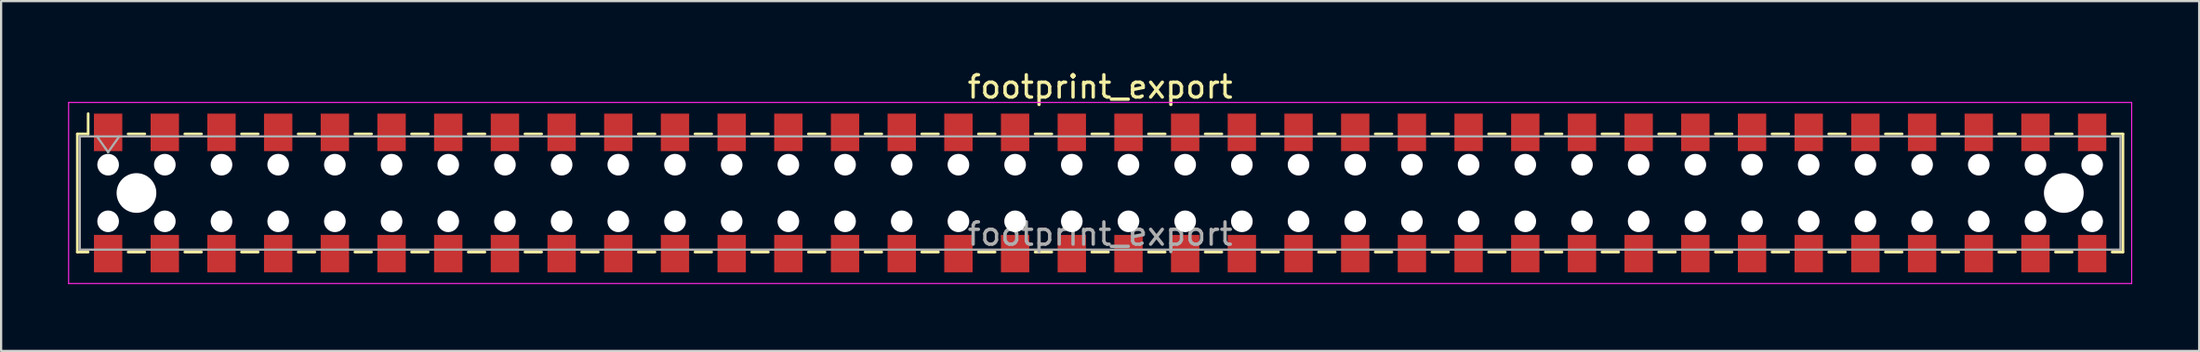
<source format=kicad_pcb>
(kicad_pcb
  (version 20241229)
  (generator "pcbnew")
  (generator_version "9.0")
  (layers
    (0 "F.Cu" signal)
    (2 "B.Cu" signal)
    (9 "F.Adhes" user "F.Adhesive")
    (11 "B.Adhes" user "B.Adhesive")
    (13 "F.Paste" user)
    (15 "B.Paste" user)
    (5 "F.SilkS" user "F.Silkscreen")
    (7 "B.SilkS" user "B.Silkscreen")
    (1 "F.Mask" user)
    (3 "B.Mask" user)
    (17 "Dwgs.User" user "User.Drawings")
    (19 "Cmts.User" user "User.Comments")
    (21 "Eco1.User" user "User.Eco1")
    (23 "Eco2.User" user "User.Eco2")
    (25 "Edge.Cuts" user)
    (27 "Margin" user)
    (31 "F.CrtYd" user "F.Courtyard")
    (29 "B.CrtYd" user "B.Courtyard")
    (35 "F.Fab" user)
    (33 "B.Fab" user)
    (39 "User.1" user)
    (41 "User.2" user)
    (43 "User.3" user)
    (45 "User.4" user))
  (footprint "footprint_export"
    (layer "F.Cu")
    (at 46.245 5.608)
    (property "Reference" "footprint_export" (at 0 -4.76 0) (layer "F.SilkS") (effects (font (size 1 1) (thickness 0.15))))
    (attr smd)
    (fp_line (start -45.83 -2.65) (end -45.83 2.65) (stroke (width 0.12) (type solid)) (layer "F.SilkS"))
    (fp_line (start -45.83 2.65) (end -45.345 2.65) (stroke (width 0.12) (type solid)) (layer "F.SilkS"))
    (fp_line (start -45.345 -3.56) (end -45.345 -2.65) (stroke (width 0.12) (type solid)) (layer "F.SilkS"))
    (fp_line (start -45.345 -2.65) (end -45.83 -2.65) (stroke (width 0.12) (type solid)) (layer "F.SilkS"))
    (fp_line (start -43.555 -2.65) (end -42.805 -2.65) (stroke (width 0.12) (type solid)) (layer "F.SilkS"))
    (fp_line (start -43.555 2.65) (end -42.805 2.65) (stroke (width 0.12) (type solid)) (layer "F.SilkS"))
    (fp_line (start -41.015 -2.65) (end -40.265 -2.65) (stroke (width 0.12) (type solid)) (layer "F.SilkS"))
    (fp_line (start -41.015 2.65) (end -40.265 2.65) (stroke (width 0.12) (type solid)) (layer "F.SilkS"))
    (fp_line (start -38.475 -2.65) (end -37.725 -2.65) (stroke (width 0.12) (type solid)) (layer "F.SilkS"))
    (fp_line (start -38.475 2.65) (end -37.725 2.65) (stroke (width 0.12) (type solid)) (layer "F.SilkS"))
    (fp_line (start -35.935 -2.65) (end -35.185 -2.65) (stroke (width 0.12) (type solid)) (layer "F.SilkS"))
    (fp_line (start -35.935 2.65) (end -35.185 2.65) (stroke (width 0.12) (type solid)) (layer "F.SilkS"))
    (fp_line (start -33.395 -2.65) (end -32.645 -2.65) (stroke (width 0.12) (type solid)) (layer "F.SilkS"))
    (fp_line (start -33.395 2.65) (end -32.645 2.65) (stroke (width 0.12) (type solid)) (layer "F.SilkS"))
    (fp_line (start -30.855 -2.65) (end -30.105 -2.65) (stroke (width 0.12) (type solid)) (layer "F.SilkS"))
    (fp_line (start -30.855 2.65) (end -30.105 2.65) (stroke (width 0.12) (type solid)) (layer "F.SilkS"))
    (fp_line (start -28.315 -2.65) (end -27.565 -2.65) (stroke (width 0.12) (type solid)) (layer "F.SilkS"))
    (fp_line (start -28.315 2.65) (end -27.565 2.65) (stroke (width 0.12) (type solid)) (layer "F.SilkS"))
    (fp_line (start -25.775 -2.65) (end -25.025 -2.65) (stroke (width 0.12) (type solid)) (layer "F.SilkS"))
    (fp_line (start -25.775 2.65) (end -25.025 2.65) (stroke (width 0.12) (type solid)) (layer "F.SilkS"))
    (fp_line (start -23.235 -2.65) (end -22.485 -2.65) (stroke (width 0.12) (type solid)) (layer "F.SilkS"))
    (fp_line (start -23.235 2.65) (end -22.485 2.65) (stroke (width 0.12) (type solid)) (layer "F.SilkS"))
    (fp_line (start -20.695 -2.65) (end -19.945 -2.65) (stroke (width 0.12) (type solid)) (layer "F.SilkS"))
    (fp_line (start -20.695 2.65) (end -19.945 2.65) (stroke (width 0.12) (type solid)) (layer "F.SilkS"))
    (fp_line (start -18.155 -2.65) (end -17.405 -2.65) (stroke (width 0.12) (type solid)) (layer "F.SilkS"))
    (fp_line (start -18.155 2.65) (end -17.405 2.65) (stroke (width 0.12) (type solid)) (layer "F.SilkS"))
    (fp_line (start -15.615 -2.65) (end -14.865 -2.65) (stroke (width 0.12) (type solid)) (layer "F.SilkS"))
    (fp_line (start -15.615 2.65) (end -14.865 2.65) (stroke (width 0.12) (type solid)) (layer "F.SilkS"))
    (fp_line (start -13.075 -2.65) (end -12.325 -2.65) (stroke (width 0.12) (type solid)) (layer "F.SilkS"))
    (fp_line (start -13.075 2.65) (end -12.325 2.65) (stroke (width 0.12) (type solid)) (layer "F.SilkS"))
    (fp_line (start -10.535 -2.65) (end -9.785 -2.65) (stroke (width 0.12) (type solid)) (layer "F.SilkS"))
    (fp_line (start -10.535 2.65) (end -9.785 2.65) (stroke (width 0.12) (type solid)) (layer "F.SilkS"))
    (fp_line (start -7.995 -2.65) (end -7.245 -2.65) (stroke (width 0.12) (type solid)) (layer "F.SilkS"))
    (fp_line (start -7.995 2.65) (end -7.245 2.65) (stroke (width 0.12) (type solid)) (layer "F.SilkS"))
    (fp_line (start -5.455 -2.65) (end -4.705 -2.65) (stroke (width 0.12) (type solid)) (layer "F.SilkS"))
    (fp_line (start -5.455 2.65) (end -4.705 2.65) (stroke (width 0.12) (type solid)) (layer "F.SilkS"))
    (fp_line (start -2.915 -2.65) (end -2.165 -2.65) (stroke (width 0.12) (type solid)) (layer "F.SilkS"))
    (fp_line (start -2.915 2.65) (end -2.165 2.65) (stroke (width 0.12) (type solid)) (layer "F.SilkS"))
    (fp_line (start -0.375 -2.65) (end 0.375 -2.65) (stroke (width 0.12) (type solid)) (layer "F.SilkS"))
    (fp_line (start -0.375 2.65) (end 0.375 2.65) (stroke (width 0.12) (type solid)) (layer "F.SilkS"))
    (fp_line (start 2.165 -2.65) (end 2.915 -2.65) (stroke (width 0.12) (type solid)) (layer "F.SilkS"))
    (fp_line (start 2.165 2.65) (end 2.915 2.65) (stroke (width 0.12) (type solid)) (layer "F.SilkS"))
    (fp_line (start 4.705 -2.65) (end 5.455 -2.65) (stroke (width 0.12) (type solid)) (layer "F.SilkS"))
    (fp_line (start 4.705 2.65) (end 5.455 2.65) (stroke (width 0.12) (type solid)) (layer "F.SilkS"))
    (fp_line (start 7.245 -2.65) (end 7.995 -2.65) (stroke (width 0.12) (type solid)) (layer "F.SilkS"))
    (fp_line (start 7.245 2.65) (end 7.995 2.65) (stroke (width 0.12) (type solid)) (layer "F.SilkS"))
    (fp_line (start 9.785 -2.65) (end 10.535 -2.65) (stroke (width 0.12) (type solid)) (layer "F.SilkS"))
    (fp_line (start 9.785 2.65) (end 10.535 2.65) (stroke (width 0.12) (type solid)) (layer "F.SilkS"))
    (fp_line (start 12.325 -2.65) (end 13.075 -2.65) (stroke (width 0.12) (type solid)) (layer "F.SilkS"))
    (fp_line (start 12.325 2.65) (end 13.075 2.65) (stroke (width 0.12) (type solid)) (layer "F.SilkS"))
    (fp_line (start 14.865 -2.65) (end 15.615 -2.65) (stroke (width 0.12) (type solid)) (layer "F.SilkS"))
    (fp_line (start 14.865 2.65) (end 15.615 2.65) (stroke (width 0.12) (type solid)) (layer "F.SilkS"))
    (fp_line (start 17.405 -2.65) (end 18.155 -2.65) (stroke (width 0.12) (type solid)) (layer "F.SilkS"))
    (fp_line (start 17.405 2.65) (end 18.155 2.65) (stroke (width 0.12) (type solid)) (layer "F.SilkS"))
    (fp_line (start 19.945 -2.65) (end 20.695 -2.65) (stroke (width 0.12) (type solid)) (layer "F.SilkS"))
    (fp_line (start 19.945 2.65) (end 20.695 2.65) (stroke (width 0.12) (type solid)) (layer "F.SilkS"))
    (fp_line (start 22.485 -2.65) (end 23.235 -2.65) (stroke (width 0.12) (type solid)) (layer "F.SilkS"))
    (fp_line (start 22.485 2.65) (end 23.235 2.65) (stroke (width 0.12) (type solid)) (layer "F.SilkS"))
    (fp_line (start 25.025 -2.65) (end 25.775 -2.65) (stroke (width 0.12) (type solid)) (layer "F.SilkS"))
    (fp_line (start 25.025 2.65) (end 25.775 2.65) (stroke (width 0.12) (type solid)) (layer "F.SilkS"))
    (fp_line (start 27.565 -2.65) (end 28.315 -2.65) (stroke (width 0.12) (type solid)) (layer "F.SilkS"))
    (fp_line (start 27.565 2.65) (end 28.315 2.65) (stroke (width 0.12) (type solid)) (layer "F.SilkS"))
    (fp_line (start 30.105 -2.65) (end 30.855 -2.65) (stroke (width 0.12) (type solid)) (layer "F.SilkS"))
    (fp_line (start 30.105 2.65) (end 30.855 2.65) (stroke (width 0.12) (type solid)) (layer "F.SilkS"))
    (fp_line (start 32.645 -2.65) (end 33.395 -2.65) (stroke (width 0.12) (type solid)) (layer "F.SilkS"))
    (fp_line (start 32.645 2.65) (end 33.395 2.65) (stroke (width 0.12) (type solid)) (layer "F.SilkS"))
    (fp_line (start 35.185 -2.65) (end 35.935 -2.65) (stroke (width 0.12) (type solid)) (layer "F.SilkS"))
    (fp_line (start 35.185 2.65) (end 35.935 2.65) (stroke (width 0.12) (type solid)) (layer "F.SilkS"))
    (fp_line (start 37.725 -2.65) (end 38.475 -2.65) (stroke (width 0.12) (type solid)) (layer "F.SilkS"))
    (fp_line (start 37.725 2.65) (end 38.475 2.65) (stroke (width 0.12) (type solid)) (layer "F.SilkS"))
    (fp_line (start 40.265 -2.65) (end 41.015 -2.65) (stroke (width 0.12) (type solid)) (layer "F.SilkS"))
    (fp_line (start 40.265 2.65) (end 41.015 2.65) (stroke (width 0.12) (type solid)) (layer "F.SilkS"))
    (fp_line (start 42.805 -2.65) (end 43.555 -2.65) (stroke (width 0.12) (type solid)) (layer "F.SilkS"))
    (fp_line (start 42.805 2.65) (end 43.555 2.65) (stroke (width 0.12) (type solid)) (layer "F.SilkS"))
    (fp_line (start 45.345 -2.65) (end 45.83 -2.65) (stroke (width 0.12) (type solid)) (layer "F.SilkS"))
    (fp_line (start 45.83 -2.65) (end 45.83 2.65) (stroke (width 0.12) (type solid)) (layer "F.SilkS"))
    (fp_line (start 45.83 2.65) (end 45.345 2.65) (stroke (width 0.12) (type solid)) (layer "F.SilkS"))
    (fp_line (start -46.22 -4.06) (end 46.22 -4.06) (stroke (width 0.05) (type solid)) (layer "F.CrtYd"))
    (fp_line (start -46.22 4.06) (end -46.22 -4.06) (stroke (width 0.05) (type solid)) (layer "F.CrtYd"))
    (fp_line (start 46.22 -4.06) (end 46.22 4.06) (stroke (width 0.05) (type solid)) (layer "F.CrtYd"))
    (fp_line (start 46.22 4.06) (end -46.22 4.06) (stroke (width 0.05) (type solid)) (layer "F.CrtYd"))
    (fp_line (start -45.72 -2.54) (end 45.72 -2.54) (stroke (width 0.1) (type solid)) (layer "F.Fab"))
    (fp_line (start -45.72 2.54) (end -45.72 -2.54) (stroke (width 0.1) (type solid)) (layer "F.Fab"))
    (fp_line (start -44.95 -2.54) (end -44.45 -1.833) (stroke (width 0.1) (type solid)) (layer "F.Fab"))
    (fp_line (start -44.45 -1.833) (end -43.95 -2.54) (stroke (width 0.1) (type solid)) (layer "F.Fab"))
    (fp_line (start 45.72 -2.54) (end 45.72 2.54) (stroke (width 0.1) (type solid)) (layer "F.Fab"))
    (fp_line (start 45.72 2.54) (end -45.72 2.54) (stroke (width 0.1) (type solid)) (layer "F.Fab"))
    (fp_text user "${REFERENCE}" (at 0 1.84 0) (layer "F.Fab") (effects (font (size 1 1) (thickness 0.15))))
    (pad "" np_thru_hole circle (at -44.45 -1.27) (size 0.97 0.97) (drill 0.97) (layers "*.Cu" "*.Mask"))
    (pad "" np_thru_hole circle (at -44.45 1.27) (size 0.97 0.97) (drill 0.97) (layers "*.Cu" "*.Mask"))
    (pad "" np_thru_hole circle (at -43.18 0) (size 1.78 1.78) (drill 1.78) (layers "*.Cu" "*.Mask"))
    (pad "" np_thru_hole circle (at -41.91 -1.27) (size 0.97 0.97) (drill 0.97) (layers "*.Cu" "*.Mask"))
    (pad "" np_thru_hole circle (at -41.91 1.27) (size 0.97 0.97) (drill 0.97) (layers "*.Cu" "*.Mask"))
    (pad "" np_thru_hole circle (at -39.37 -1.27) (size 0.97 0.97) (drill 0.97) (layers "*.Cu" "*.Mask"))
    (pad "" np_thru_hole circle (at -39.37 1.27) (size 0.97 0.97) (drill 0.97) (layers "*.Cu" "*.Mask"))
    (pad "" np_thru_hole circle (at -36.83 -1.27) (size 0.97 0.97) (drill 0.97) (layers "*.Cu" "*.Mask"))
    (pad "" np_thru_hole circle (at -36.83 1.27) (size 0.97 0.97) (drill 0.97) (layers "*.Cu" "*.Mask"))
    (pad "" np_thru_hole circle (at -34.29 -1.27) (size 0.97 0.97) (drill 0.97) (layers "*.Cu" "*.Mask"))
    (pad "" np_thru_hole circle (at -34.29 1.27) (size 0.97 0.97) (drill 0.97) (layers "*.Cu" "*.Mask"))
    (pad "" np_thru_hole circle (at -31.75 -1.27) (size 0.97 0.97) (drill 0.97) (layers "*.Cu" "*.Mask"))
    (pad "" np_thru_hole circle (at -31.75 1.27) (size 0.97 0.97) (drill 0.97) (layers "*.Cu" "*.Mask"))
    (pad "" np_thru_hole circle (at -29.21 -1.27) (size 0.97 0.97) (drill 0.97) (layers "*.Cu" "*.Mask"))
    (pad "" np_thru_hole circle (at -29.21 1.27) (size 0.97 0.97) (drill 0.97) (layers "*.Cu" "*.Mask"))
    (pad "" np_thru_hole circle (at -26.67 -1.27) (size 0.97 0.97) (drill 0.97) (layers "*.Cu" "*.Mask"))
    (pad "" np_thru_hole circle (at -26.67 1.27) (size 0.97 0.97) (drill 0.97) (layers "*.Cu" "*.Mask"))
    (pad "" np_thru_hole circle (at -24.13 -1.27) (size 0.97 0.97) (drill 0.97) (layers "*.Cu" "*.Mask"))
    (pad "" np_thru_hole circle (at -24.13 1.27) (size 0.97 0.97) (drill 0.97) (layers "*.Cu" "*.Mask"))
    (pad "" np_thru_hole circle (at -21.59 -1.27) (size 0.97 0.97) (drill 0.97) (layers "*.Cu" "*.Mask"))
    (pad "" np_thru_hole circle (at -21.59 1.27) (size 0.97 0.97) (drill 0.97) (layers "*.Cu" "*.Mask"))
    (pad "" np_thru_hole circle (at -19.05 -1.27) (size 0.97 0.97) (drill 0.97) (layers "*.Cu" "*.Mask"))
    (pad "" np_thru_hole circle (at -19.05 1.27) (size 0.97 0.97) (drill 0.97) (layers "*.Cu" "*.Mask"))
    (pad "" np_thru_hole circle (at -16.51 -1.27) (size 0.97 0.97) (drill 0.97) (layers "*.Cu" "*.Mask"))
    (pad "" np_thru_hole circle (at -16.51 1.27) (size 0.97 0.97) (drill 0.97) (layers "*.Cu" "*.Mask"))
    (pad "" np_thru_hole circle (at -13.97 -1.27) (size 0.97 0.97) (drill 0.97) (layers "*.Cu" "*.Mask"))
    (pad "" np_thru_hole circle (at -13.97 1.27) (size 0.97 0.97) (drill 0.97) (layers "*.Cu" "*.Mask"))
    (pad "" np_thru_hole circle (at -11.43 -1.27) (size 0.97 0.97) (drill 0.97) (layers "*.Cu" "*.Mask"))
    (pad "" np_thru_hole circle (at -11.43 1.27) (size 0.97 0.97) (drill 0.97) (layers "*.Cu" "*.Mask"))
    (pad "" np_thru_hole circle (at -8.89 -1.27) (size 0.97 0.97) (drill 0.97) (layers "*.Cu" "*.Mask"))
    (pad "" np_thru_hole circle (at -8.89 1.27) (size 0.97 0.97) (drill 0.97) (layers "*.Cu" "*.Mask"))
    (pad "" np_thru_hole circle (at -6.35 -1.27) (size 0.97 0.97) (drill 0.97) (layers "*.Cu" "*.Mask"))
    (pad "" np_thru_hole circle (at -6.35 1.27) (size 0.97 0.97) (drill 0.97) (layers "*.Cu" "*.Mask"))
    (pad "" np_thru_hole circle (at -3.81 -1.27) (size 0.97 0.97) (drill 0.97) (layers "*.Cu" "*.Mask"))
    (pad "" np_thru_hole circle (at -3.81 1.27) (size 0.97 0.97) (drill 0.97) (layers "*.Cu" "*.Mask"))
    (pad "" np_thru_hole circle (at -1.27 -1.27) (size 0.97 0.97) (drill 0.97) (layers "*.Cu" "*.Mask"))
    (pad "" np_thru_hole circle (at -1.27 1.27) (size 0.97 0.97) (drill 0.97) (layers "*.Cu" "*.Mask"))
    (pad "" np_thru_hole circle (at 1.27 -1.27) (size 0.97 0.97) (drill 0.97) (layers "*.Cu" "*.Mask"))
    (pad "" np_thru_hole circle (at 1.27 1.27) (size 0.97 0.97) (drill 0.97) (layers "*.Cu" "*.Mask"))
    (pad "" np_thru_hole circle (at 3.81 -1.27) (size 0.97 0.97) (drill 0.97) (layers "*.Cu" "*.Mask"))
    (pad "" np_thru_hole circle (at 3.81 1.27) (size 0.97 0.97) (drill 0.97) (layers "*.Cu" "*.Mask"))
    (pad "" np_thru_hole circle (at 6.35 -1.27) (size 0.97 0.97) (drill 0.97) (layers "*.Cu" "*.Mask"))
    (pad "" np_thru_hole circle (at 6.35 1.27) (size 0.97 0.97) (drill 0.97) (layers "*.Cu" "*.Mask"))
    (pad "" np_thru_hole circle (at 8.89 -1.27) (size 0.97 0.97) (drill 0.97) (layers "*.Cu" "*.Mask"))
    (pad "" np_thru_hole circle (at 8.89 1.27) (size 0.97 0.97) (drill 0.97) (layers "*.Cu" "*.Mask"))
    (pad "" np_thru_hole circle (at 11.43 -1.27) (size 0.97 0.97) (drill 0.97) (layers "*.Cu" "*.Mask"))
    (pad "" np_thru_hole circle (at 11.43 1.27) (size 0.97 0.97) (drill 0.97) (layers "*.Cu" "*.Mask"))
    (pad "" np_thru_hole circle (at 13.97 -1.27) (size 0.97 0.97) (drill 0.97) (layers "*.Cu" "*.Mask"))
    (pad "" np_thru_hole circle (at 13.97 1.27) (size 0.97 0.97) (drill 0.97) (layers "*.Cu" "*.Mask"))
    (pad "" np_thru_hole circle (at 16.51 -1.27) (size 0.97 0.97) (drill 0.97) (layers "*.Cu" "*.Mask"))
    (pad "" np_thru_hole circle (at 16.51 1.27) (size 0.97 0.97) (drill 0.97) (layers "*.Cu" "*.Mask"))
    (pad "" np_thru_hole circle (at 19.05 -1.27) (size 0.97 0.97) (drill 0.97) (layers "*.Cu" "*.Mask"))
    (pad "" np_thru_hole circle (at 19.05 1.27) (size 0.97 0.97) (drill 0.97) (layers "*.Cu" "*.Mask"))
    (pad "" np_thru_hole circle (at 21.59 -1.27) (size 0.97 0.97) (drill 0.97) (layers "*.Cu" "*.Mask"))
    (pad "" np_thru_hole circle (at 21.59 1.27) (size 0.97 0.97) (drill 0.97) (layers "*.Cu" "*.Mask"))
    (pad "" np_thru_hole circle (at 24.13 -1.27) (size 0.97 0.97) (drill 0.97) (layers "*.Cu" "*.Mask"))
    (pad "" np_thru_hole circle (at 24.13 1.27) (size 0.97 0.97) (drill 0.97) (layers "*.Cu" "*.Mask"))
    (pad "" np_thru_hole circle (at 26.67 -1.27) (size 0.97 0.97) (drill 0.97) (layers "*.Cu" "*.Mask"))
    (pad "" np_thru_hole circle (at 26.67 1.27) (size 0.97 0.97) (drill 0.97) (layers "*.Cu" "*.Mask"))
    (pad "" np_thru_hole circle (at 29.21 -1.27) (size 0.97 0.97) (drill 0.97) (layers "*.Cu" "*.Mask"))
    (pad "" np_thru_hole circle (at 29.21 1.27) (size 0.97 0.97) (drill 0.97) (layers "*.Cu" "*.Mask"))
    (pad "" np_thru_hole circle (at 31.75 -1.27) (size 0.97 0.97) (drill 0.97) (layers "*.Cu" "*.Mask"))
    (pad "" np_thru_hole circle (at 31.75 1.27) (size 0.97 0.97) (drill 0.97) (layers "*.Cu" "*.Mask"))
    (pad "" np_thru_hole circle (at 34.29 -1.27) (size 0.97 0.97) (drill 0.97) (layers "*.Cu" "*.Mask"))
    (pad "" np_thru_hole circle (at 34.29 1.27) (size 0.97 0.97) (drill 0.97) (layers "*.Cu" "*.Mask"))
    (pad "" np_thru_hole circle (at 36.83 -1.27) (size 0.97 0.97) (drill 0.97) (layers "*.Cu" "*.Mask"))
    (pad "" np_thru_hole circle (at 36.83 1.27) (size 0.97 0.97) (drill 0.97) (layers "*.Cu" "*.Mask"))
    (pad "" np_thru_hole circle (at 39.37 -1.27) (size 0.97 0.97) (drill 0.97) (layers "*.Cu" "*.Mask"))
    (pad "" np_thru_hole circle (at 39.37 1.27) (size 0.97 0.97) (drill 0.97) (layers "*.Cu" "*.Mask"))
    (pad "" np_thru_hole circle (at 41.91 -1.27) (size 0.97 0.97) (drill 0.97) (layers "*.Cu" "*.Mask"))
    (pad "" np_thru_hole circle (at 41.91 1.27) (size 0.97 0.97) (drill 0.97) (layers "*.Cu" "*.Mask"))
    (pad "" np_thru_hole circle (at 43.18 0) (size 1.78 1.78) (drill 1.78) (layers "*.Cu" "*.Mask"))
    (pad "" np_thru_hole circle (at 44.45 -1.27) (size 0.97 0.97) (drill 0.97) (layers "*.Cu" "*.Mask"))
    (pad "" np_thru_hole circle (at 44.45 1.27) (size 0.97 0.97) (drill 0.97) (layers "*.Cu" "*.Mask"))
    (pad "1" smd rect (at -44.45 -2.72) (size 1.27 1.68) (layers "F.Cu" "F.Mask" "F.Paste"))
    (pad "2" smd rect (at -44.45 2.72) (size 1.27 1.68) (layers "F.Cu" "F.Mask" "F.Paste"))
    (pad "3" smd rect (at -41.91 -2.72) (size 1.27 1.68) (layers "F.Cu" "F.Mask" "F.Paste"))
    (pad "4" smd rect (at -41.91 2.72) (size 1.27 1.68) (layers "F.Cu" "F.Mask" "F.Paste"))
    (pad "5" smd rect (at -39.37 -2.72) (size 1.27 1.68) (layers "F.Cu" "F.Mask" "F.Paste"))
    (pad "6" smd rect (at -39.37 2.72) (size 1.27 1.68) (layers "F.Cu" "F.Mask" "F.Paste"))
    (pad "7" smd rect (at -36.83 -2.72) (size 1.27 1.68) (layers "F.Cu" "F.Mask" "F.Paste"))
    (pad "8" smd rect (at -36.83 2.72) (size 1.27 1.68) (layers "F.Cu" "F.Mask" "F.Paste"))
    (pad "9" smd rect (at -34.29 -2.72) (size 1.27 1.68) (layers "F.Cu" "F.Mask" "F.Paste"))
    (pad "10" smd rect (at -34.29 2.72) (size 1.27 1.68) (layers "F.Cu" "F.Mask" "F.Paste"))
    (pad "11" smd rect (at -31.75 -2.72) (size 1.27 1.68) (layers "F.Cu" "F.Mask" "F.Paste"))
    (pad "12" smd rect (at -31.75 2.72) (size 1.27 1.68) (layers "F.Cu" "F.Mask" "F.Paste"))
    (pad "13" smd rect (at -29.21 -2.72) (size 1.27 1.68) (layers "F.Cu" "F.Mask" "F.Paste"))
    (pad "14" smd rect (at -29.21 2.72) (size 1.27 1.68) (layers "F.Cu" "F.Mask" "F.Paste"))
    (pad "15" smd rect (at -26.67 -2.72) (size 1.27 1.68) (layers "F.Cu" "F.Mask" "F.Paste"))
    (pad "16" smd rect (at -26.67 2.72) (size 1.27 1.68) (layers "F.Cu" "F.Mask" "F.Paste"))
    (pad "17" smd rect (at -24.13 -2.72) (size 1.27 1.68) (layers "F.Cu" "F.Mask" "F.Paste"))
    (pad "18" smd rect (at -24.13 2.72) (size 1.27 1.68) (layers "F.Cu" "F.Mask" "F.Paste"))
    (pad "19" smd rect (at -21.59 -2.72) (size 1.27 1.68) (layers "F.Cu" "F.Mask" "F.Paste"))
    (pad "20" smd rect (at -21.59 2.72) (size 1.27 1.68) (layers "F.Cu" "F.Mask" "F.Paste"))
    (pad "21" smd rect (at -19.05 -2.72) (size 1.27 1.68) (layers "F.Cu" "F.Mask" "F.Paste"))
    (pad "22" smd rect (at -19.05 2.72) (size 1.27 1.68) (layers "F.Cu" "F.Mask" "F.Paste"))
    (pad "23" smd rect (at -16.51 -2.72) (size 1.27 1.68) (layers "F.Cu" "F.Mask" "F.Paste"))
    (pad "24" smd rect (at -16.51 2.72) (size 1.27 1.68) (layers "F.Cu" "F.Mask" "F.Paste"))
    (pad "25" smd rect (at -13.97 -2.72) (size 1.27 1.68) (layers "F.Cu" "F.Mask" "F.Paste"))
    (pad "26" smd rect (at -13.97 2.72) (size 1.27 1.68) (layers "F.Cu" "F.Mask" "F.Paste"))
    (pad "27" smd rect (at -11.43 -2.72) (size 1.27 1.68) (layers "F.Cu" "F.Mask" "F.Paste"))
    (pad "28" smd rect (at -11.43 2.72) (size 1.27 1.68) (layers "F.Cu" "F.Mask" "F.Paste"))
    (pad "29" smd rect (at -8.89 -2.72) (size 1.27 1.68) (layers "F.Cu" "F.Mask" "F.Paste"))
    (pad "30" smd rect (at -8.89 2.72) (size 1.27 1.68) (layers "F.Cu" "F.Mask" "F.Paste"))
    (pad "31" smd rect (at -6.35 -2.72) (size 1.27 1.68) (layers "F.Cu" "F.Mask" "F.Paste"))
    (pad "32" smd rect (at -6.35 2.72) (size 1.27 1.68) (layers "F.Cu" "F.Mask" "F.Paste"))
    (pad "33" smd rect (at -3.81 -2.72) (size 1.27 1.68) (layers "F.Cu" "F.Mask" "F.Paste"))
    (pad "34" smd rect (at -3.81 2.72) (size 1.27 1.68) (layers "F.Cu" "F.Mask" "F.Paste"))
    (pad "35" smd rect (at -1.27 -2.72) (size 1.27 1.68) (layers "F.Cu" "F.Mask" "F.Paste"))
    (pad "36" smd rect (at -1.27 2.72) (size 1.27 1.68) (layers "F.Cu" "F.Mask" "F.Paste"))
    (pad "37" smd rect (at 1.27 -2.72) (size 1.27 1.68) (layers "F.Cu" "F.Mask" "F.Paste"))
    (pad "38" smd rect (at 1.27 2.72) (size 1.27 1.68) (layers "F.Cu" "F.Mask" "F.Paste"))
    (pad "39" smd rect (at 3.81 -2.72) (size 1.27 1.68) (layers "F.Cu" "F.Mask" "F.Paste"))
    (pad "40" smd rect (at 3.81 2.72) (size 1.27 1.68) (layers "F.Cu" "F.Mask" "F.Paste"))
    (pad "41" smd rect (at 6.35 -2.72) (size 1.27 1.68) (layers "F.Cu" "F.Mask" "F.Paste"))
    (pad "42" smd rect (at 6.35 2.72) (size 1.27 1.68) (layers "F.Cu" "F.Mask" "F.Paste"))
    (pad "43" smd rect (at 8.89 -2.72) (size 1.27 1.68) (layers "F.Cu" "F.Mask" "F.Paste"))
    (pad "44" smd rect (at 8.89 2.72) (size 1.27 1.68) (layers "F.Cu" "F.Mask" "F.Paste"))
    (pad "45" smd rect (at 11.43 -2.72) (size 1.27 1.68) (layers "F.Cu" "F.Mask" "F.Paste"))
    (pad "46" smd rect (at 11.43 2.72) (size 1.27 1.68) (layers "F.Cu" "F.Mask" "F.Paste"))
    (pad "47" smd rect (at 13.97 -2.72) (size 1.27 1.68) (layers "F.Cu" "F.Mask" "F.Paste"))
    (pad "48" smd rect (at 13.97 2.72) (size 1.27 1.68) (layers "F.Cu" "F.Mask" "F.Paste"))
    (pad "49" smd rect (at 16.51 -2.72) (size 1.27 1.68) (layers "F.Cu" "F.Mask" "F.Paste"))
    (pad "50" smd rect (at 16.51 2.72) (size 1.27 1.68) (layers "F.Cu" "F.Mask" "F.Paste"))
    (pad "51" smd rect (at 19.05 -2.72) (size 1.27 1.68) (layers "F.Cu" "F.Mask" "F.Paste"))
    (pad "52" smd rect (at 19.05 2.72) (size 1.27 1.68) (layers "F.Cu" "F.Mask" "F.Paste"))
    (pad "53" smd rect (at 21.59 -2.72) (size 1.27 1.68) (layers "F.Cu" "F.Mask" "F.Paste"))
    (pad "54" smd rect (at 21.59 2.72) (size 1.27 1.68) (layers "F.Cu" "F.Mask" "F.Paste"))
    (pad "55" smd rect (at 24.13 -2.72) (size 1.27 1.68) (layers "F.Cu" "F.Mask" "F.Paste"))
    (pad "56" smd rect (at 24.13 2.72) (size 1.27 1.68) (layers "F.Cu" "F.Mask" "F.Paste"))
    (pad "57" smd rect (at 26.67 -2.72) (size 1.27 1.68) (layers "F.Cu" "F.Mask" "F.Paste"))
    (pad "58" smd rect (at 26.67 2.72) (size 1.27 1.68) (layers "F.Cu" "F.Mask" "F.Paste"))
    (pad "59" smd rect (at 29.21 -2.72) (size 1.27 1.68) (layers "F.Cu" "F.Mask" "F.Paste"))
    (pad "60" smd rect (at 29.21 2.72) (size 1.27 1.68) (layers "F.Cu" "F.Mask" "F.Paste"))
    (pad "61" smd rect (at 31.75 -2.72) (size 1.27 1.68) (layers "F.Cu" "F.Mask" "F.Paste"))
    (pad "62" smd rect (at 31.75 2.72) (size 1.27 1.68) (layers "F.Cu" "F.Mask" "F.Paste"))
    (pad "63" smd rect (at 34.29 -2.72) (size 1.27 1.68) (layers "F.Cu" "F.Mask" "F.Paste"))
    (pad "64" smd rect (at 34.29 2.72) (size 1.27 1.68) (layers "F.Cu" "F.Mask" "F.Paste"))
    (pad "65" smd rect (at 36.83 -2.72) (size 1.27 1.68) (layers "F.Cu" "F.Mask" "F.Paste"))
    (pad "66" smd rect (at 36.83 2.72) (size 1.27 1.68) (layers "F.Cu" "F.Mask" "F.Paste"))
    (pad "67" smd rect (at 39.37 -2.72) (size 1.27 1.68) (layers "F.Cu" "F.Mask" "F.Paste"))
    (pad "68" smd rect (at 39.37 2.72) (size 1.27 1.68) (layers "F.Cu" "F.Mask" "F.Paste"))
    (pad "69" smd rect (at 41.91 -2.72) (size 1.27 1.68) (layers "F.Cu" "F.Mask" "F.Paste"))
    (pad "70" smd rect (at 41.91 2.72) (size 1.27 1.68) (layers "F.Cu" "F.Mask" "F.Paste"))
    (pad "71" smd rect (at 44.45 -2.72) (size 1.27 1.68) (layers "F.Cu" "F.Mask" "F.Paste"))
    (pad "72" smd rect (at 44.45 2.72) (size 1.27 1.68) (layers "F.Cu" "F.Mask" "F.Paste")))
  (gr_rect
    (start -3 -3)
    (end 95.49 12.693)
    (stroke (width 0.1) (type default))
    (fill no)
    (layer "Edge.Cuts")))
</source>
